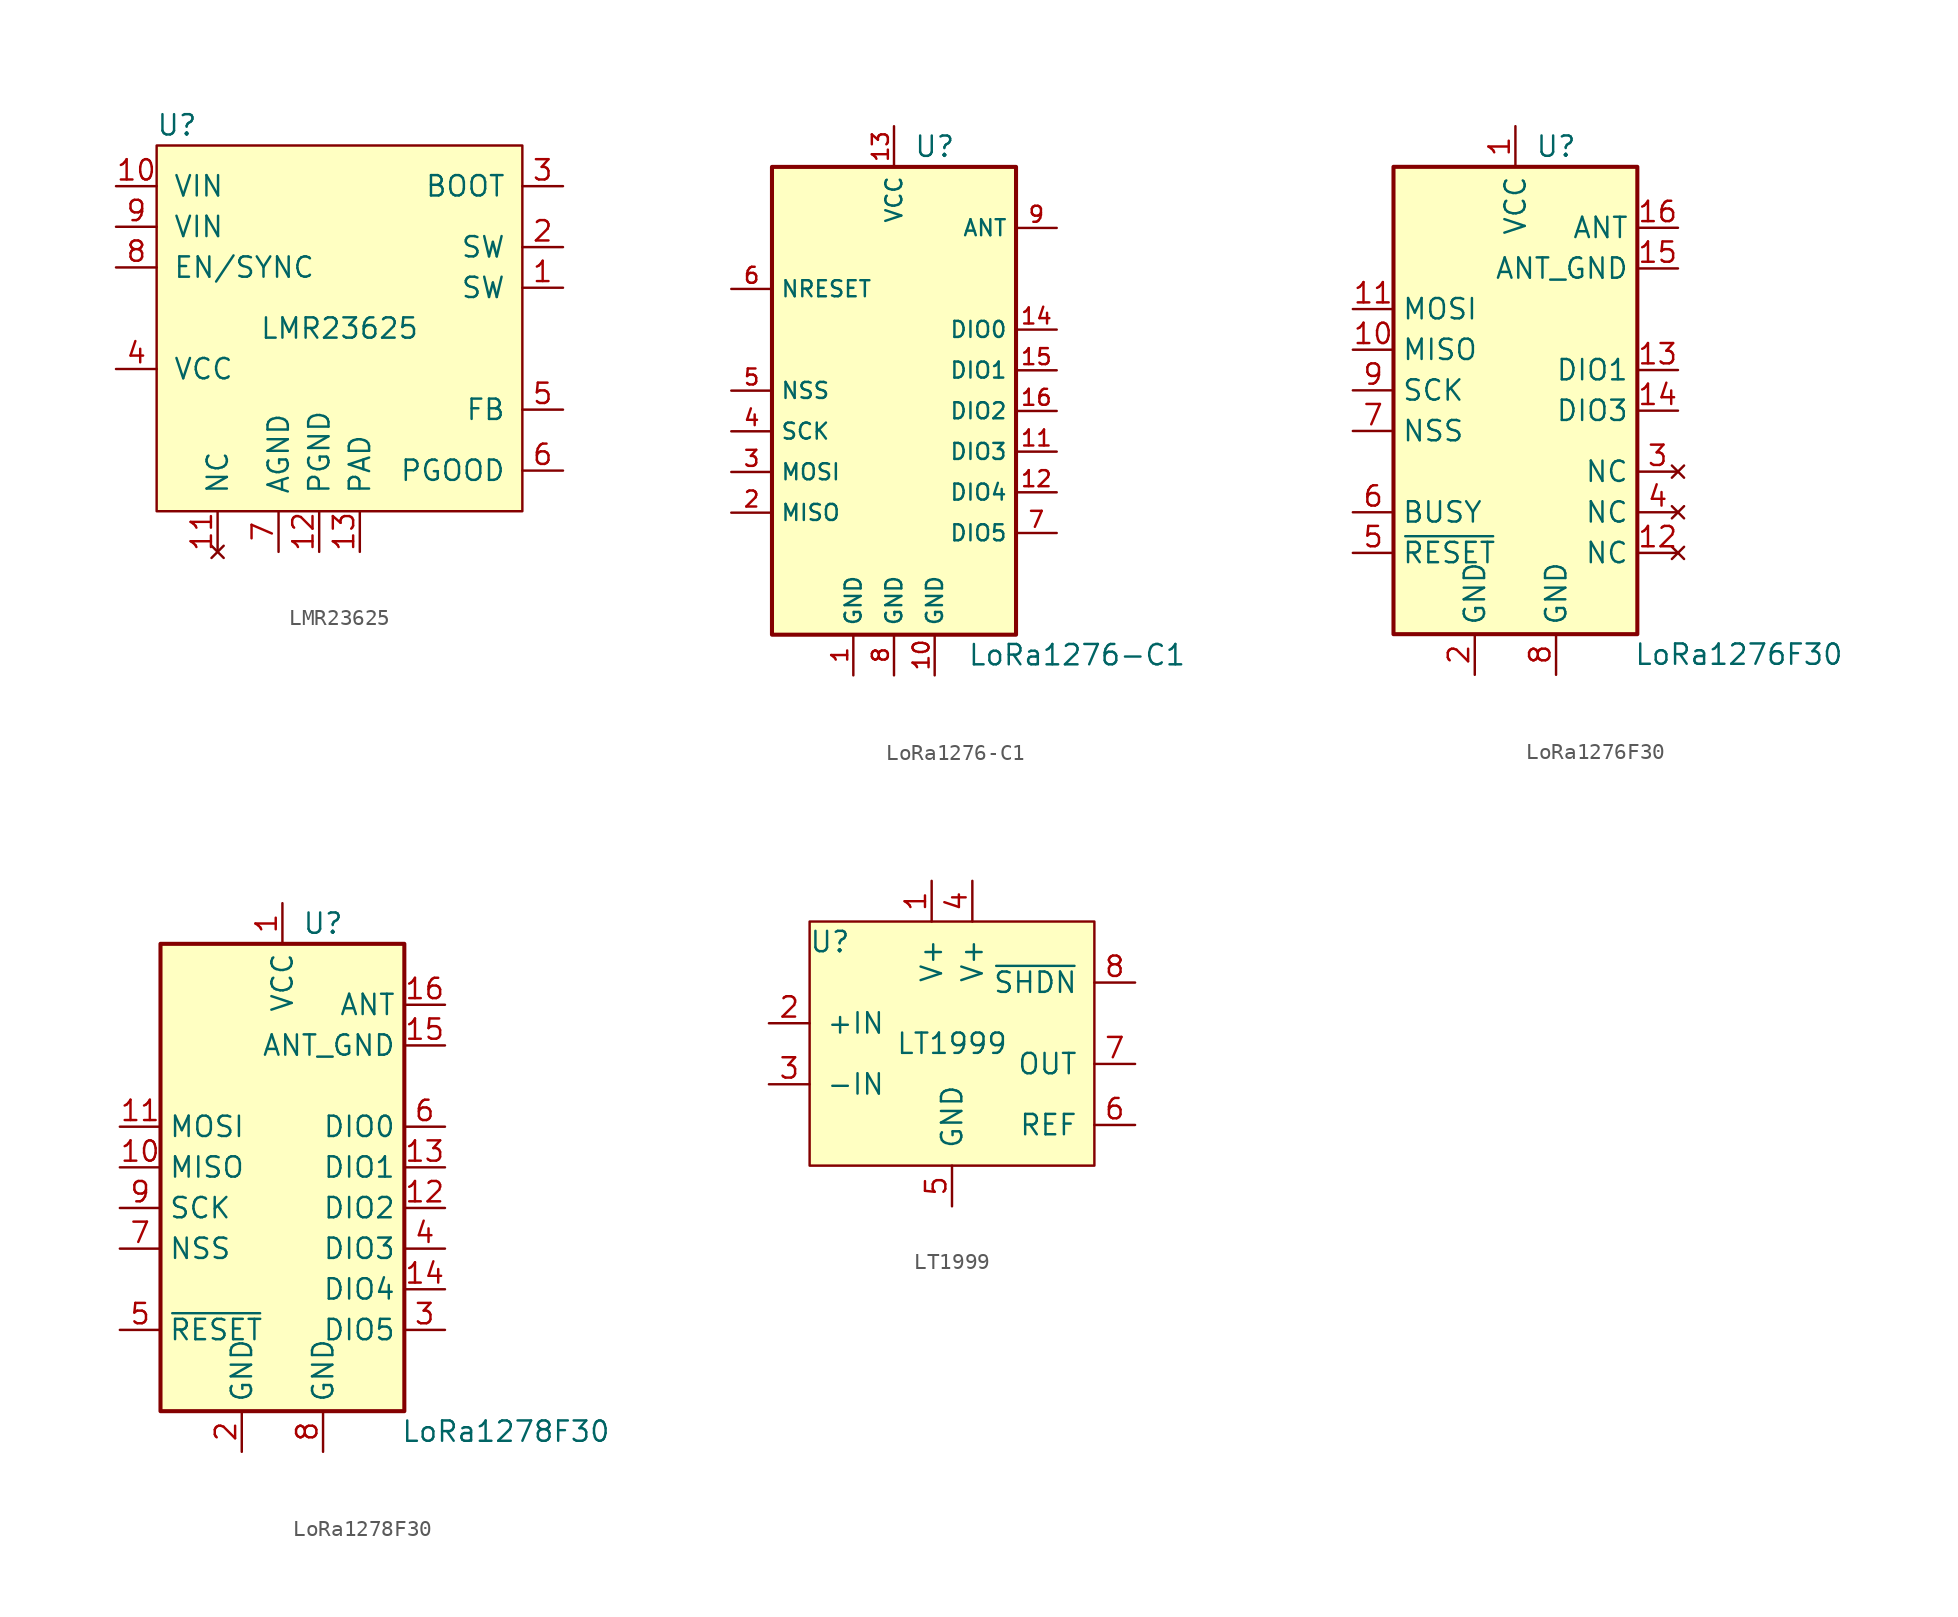
<source format=kicad_sym>
(kicad_symbol_lib
  (version 20220914)
  (generator kicad_symbol_editor)
  (symbol "LMR23625"
    (pin_names
      (offset 1.016))
    (property "Reference" "U"
      (at -10.16 10.16 0)
      (effects (font (size 1.27 1.27))))
    (property "Value" "LMR23625"
      (at 0 -2.54 0)
      (effects (font (size 1.27 1.27))))
    (symbol "LMR23625_0_1"
      (rectangle (start 11.43 8.89) (end -11.43 -13.97) (stroke (width 0) (type default)) (fill (type background))))
    (symbol "LMR23625_1_1"
      (pin input line (at 13.97 0 180) (length 2.54) (name "SW" (effects (font (size 1.27 1.27)))) (number "1" (effects (font (size 1.27 1.27)))))
      (pin input line (at -13.97 6.35 0) (length 2.54) (name "VIN" (effects (font (size 1.27 1.27)))) (number "10" (effects (font (size 1.27 1.27)))))
      (pin no_connect line (at -7.62 -16.51 90) (length 2.54) (name "NC" (effects (font (size 1.27 1.27)))) (number "11" (effects (font (size 1.27 1.27)))))
      (pin power_in line (at -1.27 -16.51 90) (length 2.54) (name "PGND" (effects (font (size 1.27 1.27)))) (number "12" (effects (font (size 1.27 1.27)))))
      (pin power_in line (at 1.27 -16.51 90) (length 2.54) (name "PAD" (effects (font (size 1.27 1.27)))) (number "13" (effects (font (size 1.27 1.27)))))
      (pin input line (at 13.97 2.54 180) (length 2.54) (name "SW" (effects (font (size 1.27 1.27)))) (number "2" (effects (font (size 1.27 1.27)))))
      (pin input line (at 13.97 6.35 180) (length 2.54) (name "BOOT" (effects (font (size 1.27 1.27)))) (number "3" (effects (font (size 1.27 1.27)))))
      (pin input line (at -13.97 -5.08 0) (length 2.54) (name "VCC" (effects (font (size 1.27 1.27)))) (number "4" (effects (font (size 1.27 1.27)))))
      (pin input line (at 13.97 -7.62 180) (length 2.54) (name "FB" (effects (font (size 1.27 1.27)))) (number "5" (effects (font (size 1.27 1.27)))))
      (pin input line (at 13.97 -11.43 180) (length 2.54) (name "PGOOD" (effects (font (size 1.27 1.27)))) (number "6" (effects (font (size 1.27 1.27)))))
      (pin power_out line (at -3.81 -16.51 90) (length 2.54) (name "AGND" (effects (font (size 1.27 1.27)))) (number "7" (effects (font (size 1.27 1.27)))))
      (pin input line (at -13.97 1.27 0) (length 2.54) (name "EN/SYNC" (effects (font (size 1.27 1.27)))) (number "8" (effects (font (size 1.27 1.27)))))
      (pin input line (at -13.97 3.81 0) (length 2.54) (name "VIN" (effects (font (size 1.27 1.27)))) (number "9" (effects (font (size 1.27 1.27)))))))
  (symbol "LoRa1276-C1"
    (property "Reference" "U"
      (at 2.54 16.51 0)
      (effects (font (size 1.27 1.27))))
    (property "Value" "LoRa1276-C1"
      (at 11.43 -15.24 0)
      (effects (font (size 1.27 1.27))))
    (symbol "LoRa1276-C1_0_1"
      (rectangle (start -7.62 15.24) (end 7.62 -13.97) (stroke (width 0.254) (type default)) (fill (type background))))
    (symbol "LoRa1276-C1_1_1"
      (pin power_in line (at -2.54 -16.51 90) (length 2.54) (name "GND" (effects (font (size 1 1)))) (number "1" (effects (font (size 1 1)))))
      (pin power_in line (at 2.54 -16.51 90) (length 2.54) (name "GND" (effects (font (size 1 1)))) (number "10" (effects (font (size 1 1)))))
      (pin bidirectional line (at 10.16 -2.54 180) (length 2.54) (name "DIO3" (effects (font (size 1 1)))) (number "11" (effects (font (size 1 1)))))
      (pin bidirectional line (at 10.16 -5.08 180) (length 2.54) (name "DIO4" (effects (font (size 1 1)))) (number "12" (effects (font (size 1 1)))))
      (pin power_in line (at 0 17.78 270) (length 2.54) (name "VCC" (effects (font (size 1 1)))) (number "13" (effects (font (size 1 1)))))
      (pin bidirectional line (at 10.16 5.08 180) (length 2.54) (name "DIO0" (effects (font (size 1 1)))) (number "14" (effects (font (size 1 1)))))
      (pin bidirectional line (at 10.16 2.54 180) (length 2.54) (name "DIO1" (effects (font (size 1 1)))) (number "15" (effects (font (size 1 1)))))
      (pin bidirectional line (at 10.16 0 180) (length 2.54) (name "DIO2" (effects (font (size 1 1)))) (number "16" (effects (font (size 1 1)))))
      (pin output line (at -10.16 -6.35 0) (length 2.54) (name "MISO" (effects (font (size 1 1)))) (number "2" (effects (font (size 1 1)))))
      (pin input line (at -10.16 -3.81 0) (length 2.54) (name "MOSI" (effects (font (size 1 1)))) (number "3" (effects (font (size 1 1)))))
      (pin input line (at -10.16 -1.27 0) (length 2.54) (name "SCK" (effects (font (size 1 1)))) (number "4" (effects (font (size 1 1)))))
      (pin input line (at -10.16 1.27 0) (length 2.54) (name "NSS" (effects (font (size 1 1)))) (number "5" (effects (font (size 1 1)))))
      (pin input line (at -10.16 7.62 0) (length 2.54) (name "NRESET" (effects (font (size 1 1)))) (number "6" (effects (font (size 1 1)))))
      (pin bidirectional line (at 10.16 -7.62 180) (length 2.54) (name "DIO5" (effects (font (size 1 1)))) (number "7" (effects (font (size 1 1)))))
      (pin power_in line (at 0 -16.51 90) (length 2.54) (name "GND" (effects (font (size 1 1)))) (number "8" (effects (font (size 1 1)))))
      (pin bidirectional line (at 10.16 11.43 180) (length 2.54) (name "ANT" (effects (font (size 1 1)))) (number "9" (effects (font (size 1 1)))))))
  (symbol "LoRa1276F30"
    (property "Reference" "U"
      (at 2.54 16.51 0)
      (effects (font (size 1.27 1.27))))
    (property "Value" "LoRa1276F30"
      (at 13.97 -15.24 0)
      (effects (font (size 1.27 1.27))))
    (symbol "LoRa1276F30_0_1"
      (rectangle (start -7.62 15.24) (end 7.62 -13.97) (stroke (width 0.254) (type default)) (fill (type background))))
    (symbol "LoRa1276F30_1_1"
      (pin power_in line (at 0 17.78 270) (length 2.54) (name "VCC" (effects (font (size 1.27 1.27)))) (number "1" (effects (font (size 1.27 1.27)))))
      (pin output line (at -10.16 3.81 0) (length 2.54) (name "MISO" (effects (font (size 1.27 1.27)))) (number "10" (effects (font (size 1.27 1.27)))))
      (pin input line (at -10.16 6.35 0) (length 2.54) (name "MOSI" (effects (font (size 1.27 1.27)))) (number "11" (effects (font (size 1.27 1.27)))))
      (pin no_connect line (at 10.16 -8.89 180) (length 2.54) (name "NC" (effects (font (size 1.27 1.27)))) (number "12" (effects (font (size 1.27 1.27)))))
      (pin bidirectional line (at 10.16 2.54 180) (length 2.54) (name "DIO1" (effects (font (size 1.27 1.27)))) (number "13" (effects (font (size 1.27 1.27)))))
      (pin bidirectional line (at 10.16 0 180) (length 2.54) (name "DIO3" (effects (font (size 1.27 1.27)))) (number "14" (effects (font (size 1.27 1.27)))))
      (pin passive line (at 10.16 8.89 180) (length 2.54) (name "ANT_GND" (effects (font (size 1.27 1.27)))) (number "15" (effects (font (size 1.27 1.27)))))
      (pin passive line (at 10.16 11.43 180) (length 2.54) (name "ANT" (effects (font (size 1.27 1.27)))) (number "16" (effects (font (size 1.27 1.27)))))
      (pin power_in line (at -2.54 -16.51 90) (length 2.54) (name "GND" (effects (font (size 1.27 1.27)))) (number "2" (effects (font (size 1.27 1.27)))))
      (pin no_connect line (at 10.16 -3.81 180) (length 2.54) (name "NC" (effects (font (size 1.27 1.27)))) (number "3" (effects (font (size 1.27 1.27)))))
      (pin no_connect line (at 10.16 -6.35 180) (length 2.54) (name "NC" (effects (font (size 1.27 1.27)))) (number "4" (effects (font (size 1.27 1.27)))))
      (pin input line (at -10.16 -8.89 0) (length 2.54) (name "~{RESET}" (effects (font (size 1.27 1.27)))) (number "5" (effects (font (size 1.27 1.27)))))
      (pin bidirectional line (at -10.16 -6.35 0) (length 2.54) (name "BUSY" (effects (font (size 1.27 1.27)))) (number "6" (effects (font (size 1.27 1.27)))))
      (pin input line (at -10.16 -1.27 0) (length 2.54) (name "NSS" (effects (font (size 1.27 1.27)))) (number "7" (effects (font (size 1.27 1.27)))))
      (pin power_in line (at 2.54 -16.51 90) (length 2.54) (name "GND" (effects (font (size 1.27 1.27)))) (number "8" (effects (font (size 1.27 1.27)))))
      (pin input line (at -10.16 1.27 0) (length 2.54) (name "SCK" (effects (font (size 1.27 1.27)))) (number "9" (effects (font (size 1.27 1.27)))))))
  (symbol "LoRa1278F30"
    (property "Reference" "U"
      (at 2.54 16.51 0)
      (effects (font (size 1.27 1.27))))
    (property "Value" "LoRa1278F30"
      (at 13.97 -15.24 0)
      (effects (font (size 1.27 1.27))))
    (symbol "LoRa1278F30_0_1"
      (rectangle (start -7.62 15.24) (end 7.62 -13.97) (stroke (width 0.254) (type default)) (fill (type background))))
    (symbol "LoRa1278F30_1_1"
      (pin power_in line (at 0 17.78 270) (length 2.54) (name "VCC" (effects (font (size 1.27 1.27)))) (number "1" (effects (font (size 1.27 1.27)))))
      (pin output line (at -10.16 1.27 0) (length 2.54) (name "MISO" (effects (font (size 1.27 1.27)))) (number "10" (effects (font (size 1.27 1.27)))))
      (pin input line (at -10.16 3.81 0) (length 2.54) (name "MOSI" (effects (font (size 1.27 1.27)))) (number "11" (effects (font (size 1.27 1.27)))))
      (pin bidirectional line (at 10.16 -1.27 180) (length 2.54) (name "DIO2" (effects (font (size 1.27 1.27)))) (number "12" (effects (font (size 1.27 1.27)))))
      (pin bidirectional line (at 10.16 1.27 180) (length 2.54) (name "DIO1" (effects (font (size 1.27 1.27)))) (number "13" (effects (font (size 1.27 1.27)))))
      (pin bidirectional line (at 10.16 -6.35 180) (length 2.54) (name "DIO4" (effects (font (size 1.27 1.27)))) (number "14" (effects (font (size 1.27 1.27)))))
      (pin passive line (at 10.16 8.89 180) (length 2.54) (name "ANT_GND" (effects (font (size 1.27 1.27)))) (number "15" (effects (font (size 1.27 1.27)))))
      (pin passive line (at 10.16 11.43 180) (length 2.54) (name "ANT" (effects (font (size 1.27 1.27)))) (number "16" (effects (font (size 1.27 1.27)))))
      (pin power_in line (at -2.54 -16.51 90) (length 2.54) (name "GND" (effects (font (size 1.27 1.27)))) (number "2" (effects (font (size 1.27 1.27)))))
      (pin bidirectional line (at 10.16 -8.89 180) (length 2.54) (name "DIO5" (effects (font (size 1.27 1.27)))) (number "3" (effects (font (size 1.27 1.27)))))
      (pin bidirectional line (at 10.16 -3.81 180) (length 2.54) (name "DIO3" (effects (font (size 1.27 1.27)))) (number "4" (effects (font (size 1.27 1.27)))))
      (pin input line (at -10.16 -8.89 0) (length 2.54) (name "~{RESET}" (effects (font (size 1.27 1.27)))) (number "5" (effects (font (size 1.27 1.27)))))
      (pin bidirectional line (at 10.16 3.81 180) (length 2.54) (name "DIO0" (effects (font (size 1.27 1.27)))) (number "6" (effects (font (size 1.27 1.27)))))
      (pin input line (at -10.16 -3.81 0) (length 2.54) (name "NSS" (effects (font (size 1.27 1.27)))) (number "7" (effects (font (size 1.27 1.27)))))
      (pin power_in line (at 2.54 -16.51 90) (length 2.54) (name "GND" (effects (font (size 1.27 1.27)))) (number "8" (effects (font (size 1.27 1.27)))))
      (pin input line (at -10.16 -1.27 0) (length 2.54) (name "SCK" (effects (font (size 1.27 1.27)))) (number "9" (effects (font (size 1.27 1.27)))))))
  (symbol "LT1999"
    (pin_names
      (offset 1.016))
    (property "Reference" "U"
      (at -7.62 6.35 0)
      (effects (font (size 1.27 1.27))))
    (property "Value" "LT1999"
      (at 0 0 0)
      (effects (font (size 1.27 1.27))))
    (symbol "LT1999_0_1"
      (rectangle (start 8.89 7.62) (end -8.89 -7.62) (stroke (width 0) (type default)) (fill (type background))))
    (symbol "LT1999_1_1"
      (pin power_in line (at -1.27 10.16 270) (length 2.54) (name "V+" (effects (font (size 1.27 1.27)))) (number "1" (effects (font (size 1.27 1.27)))))
      (pin input line (at -11.43 1.27 0) (length 2.54) (name "+IN" (effects (font (size 1.27 1.27)))) (number "2" (effects (font (size 1.27 1.27)))))
      (pin input line (at -11.43 -2.54 0) (length 2.54) (name "-IN" (effects (font (size 1.27 1.27)))) (number "3" (effects (font (size 1.27 1.27)))))
      (pin power_in line (at 1.27 10.16 270) (length 2.54) (name "V+" (effects (font (size 1.27 1.27)))) (number "4" (effects (font (size 1.27 1.27)))))
      (pin power_in line (at 0 -10.16 90) (length 2.54) (name "GND" (effects (font (size 1.27 1.27)))) (number "5" (effects (font (size 1.27 1.27)))))
      (pin input line (at 11.43 -5.08 180) (length 2.54) (name "REF" (effects (font (size 1.27 1.27)))) (number "6" (effects (font (size 1.27 1.27)))))
      (pin output line (at 11.43 -1.27 180) (length 2.54) (name "OUT" (effects (font (size 1.27 1.27)))) (number "7" (effects (font (size 1.27 1.27)))))
      (pin input line (at 11.43 3.81 180) (length 2.54) (name "~{SHDN}" (effects (font (size 1.27 1.27)))) (number "8" (effects (font (size 1.27 1.27))))))))
</source>
